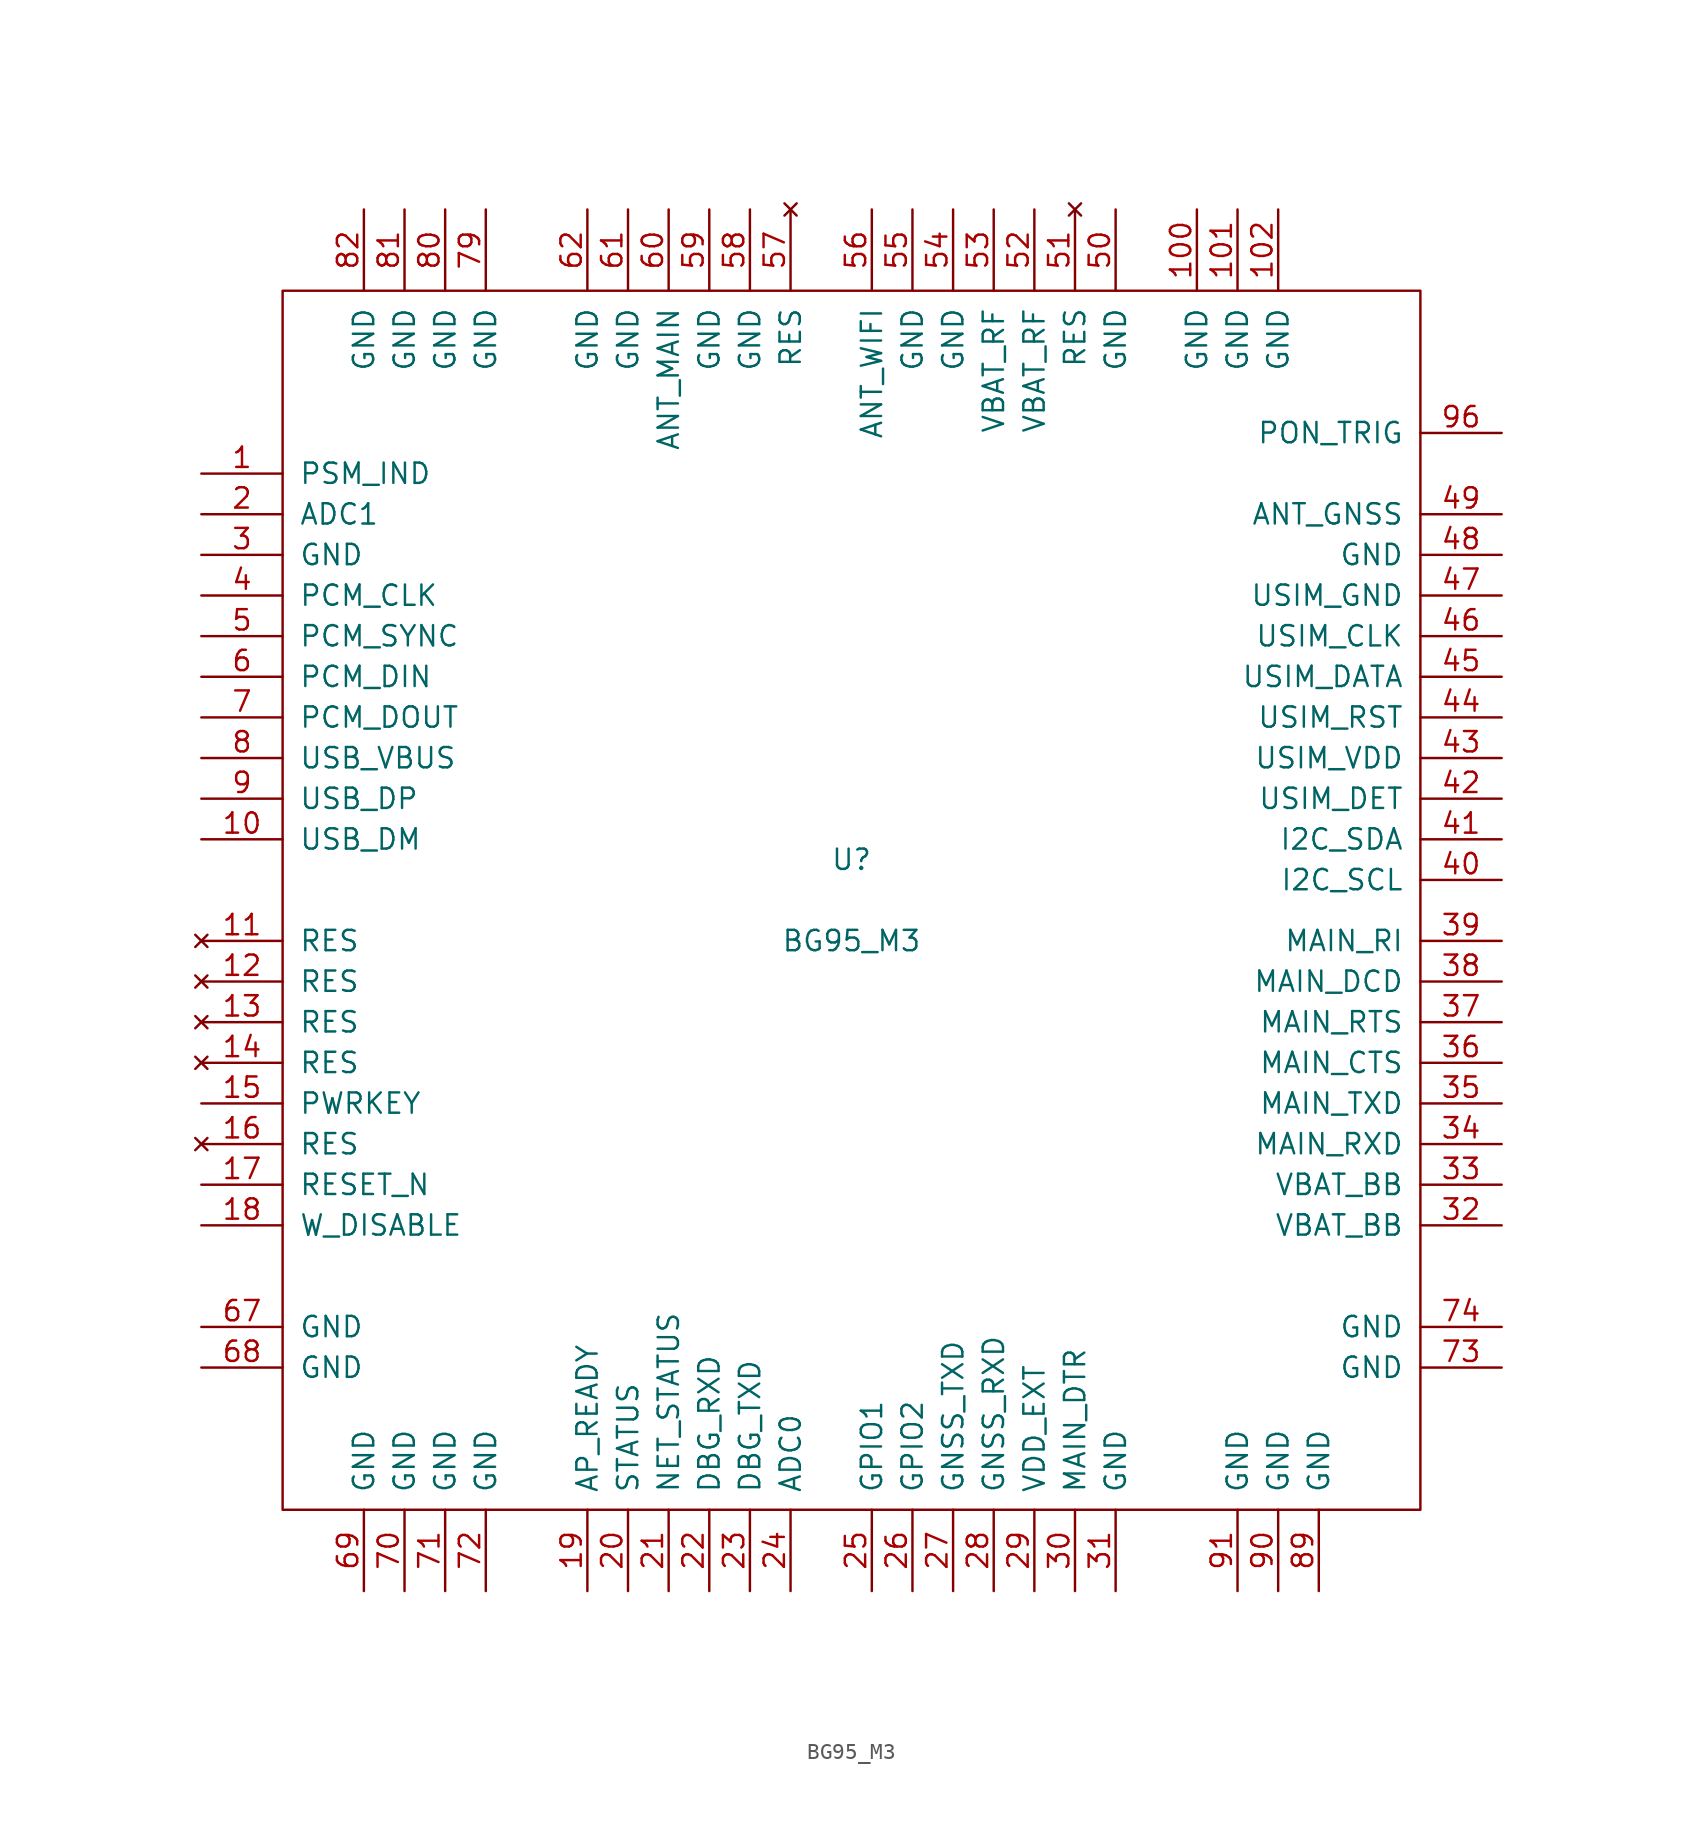
<source format=kicad_sym>
(kicad_symbol_lib
  (version 20211014)
  (generator kicad_symbol_editor)
  (symbol "BG95_M3"
    (pin_names
      (offset 1.016))
    (property "Reference" "U"
      (at 0 2.54 0)
      (effects (font (size 1.27 1.27))))
    (property "Value" "BG95_M3"
      (at 0 -2.54 0)
      (effects (font (size 1.27 1.27))))
    (symbol "BG95_M3_0_1"
      (rectangle (start -35.56 38.1) (end 35.56 -38.1) (stroke (width 0) (type default) (color 0 0 0 0)) (fill (type none))))
    (symbol "BG95_M3_1_1"
      (pin input line (at -40.64 26.67 0) (length 5.08) (name "PSM_IND" (effects (font (size 1.27 1.27)))) (number "1" (effects (font (size 1.27 1.27)))))
      (pin input line (at -40.64 3.81 0) (length 5.08) (name "USB_DM" (effects (font (size 1.27 1.27)))) (number "10" (effects (font (size 1.27 1.27)))))
      (pin input line (at 21.59 43.18 270) (length 5.08) (name "GND" (effects (font (size 1.27 1.27)))) (number "100" (effects (font (size 1.27 1.27)))))
      (pin input line (at 24.13 43.18 270) (length 5.08) (name "GND" (effects (font (size 1.27 1.27)))) (number "101" (effects (font (size 1.27 1.27)))))
      (pin input line (at 26.67 43.18 270) (length 5.08) (name "GND" (effects (font (size 1.27 1.27)))) (number "102" (effects (font (size 1.27 1.27)))))
      (pin no_connect line (at -40.64 -2.54 0) (length 5.08) (name "RES" (effects (font (size 1.27 1.27)))) (number "11" (effects (font (size 1.27 1.27)))))
      (pin no_connect line (at -40.64 -5.08 0) (length 5.08) (name "RES" (effects (font (size 1.27 1.27)))) (number "12" (effects (font (size 1.27 1.27)))))
      (pin no_connect line (at -40.64 -7.62 0) (length 5.08) (name "RES" (effects (font (size 1.27 1.27)))) (number "13" (effects (font (size 1.27 1.27)))))
      (pin no_connect line (at -40.64 -10.16 0) (length 5.08) (name "RES" (effects (font (size 1.27 1.27)))) (number "14" (effects (font (size 1.27 1.27)))))
      (pin input line (at -40.64 -12.7 0) (length 5.08) (name "PWRKEY" (effects (font (size 1.27 1.27)))) (number "15" (effects (font (size 1.27 1.27)))))
      (pin no_connect line (at -40.64 -15.24 0) (length 5.08) (name "RES" (effects (font (size 1.27 1.27)))) (number "16" (effects (font (size 1.27 1.27)))))
      (pin input line (at -40.64 -17.78 0) (length 5.08) (name "RESET_N" (effects (font (size 1.27 1.27)))) (number "17" (effects (font (size 1.27 1.27)))))
      (pin input line (at -40.64 -20.32 0) (length 5.08) (name "W_DISABLE" (effects (font (size 1.27 1.27)))) (number "18" (effects (font (size 1.27 1.27)))))
      (pin input line (at -16.51 -43.18 90) (length 5.08) (name "AP_READY" (effects (font (size 1.27 1.27)))) (number "19" (effects (font (size 1.27 1.27)))))
      (pin input line (at -40.64 24.13 0) (length 5.08) (name "ADC1" (effects (font (size 1.27 1.27)))) (number "2" (effects (font (size 1.27 1.27)))))
      (pin input line (at -13.97 -43.18 90) (length 5.08) (name "STATUS" (effects (font (size 1.27 1.27)))) (number "20" (effects (font (size 1.27 1.27)))))
      (pin input line (at -11.43 -43.18 90) (length 5.08) (name "NET_STATUS" (effects (font (size 1.27 1.27)))) (number "21" (effects (font (size 1.27 1.27)))))
      (pin input line (at -8.89 -43.18 90) (length 5.08) (name "DBG_RXD" (effects (font (size 1.27 1.27)))) (number "22" (effects (font (size 1.27 1.27)))))
      (pin output line (at -6.35 -43.18 90) (length 5.08) (name "DBG_TXD" (effects (font (size 1.27 1.27)))) (number "23" (effects (font (size 1.27 1.27)))))
      (pin input line (at -3.81 -43.18 90) (length 5.08) (name "ADC0" (effects (font (size 1.27 1.27)))) (number "24" (effects (font (size 1.27 1.27)))))
      (pin input line (at 1.27 -43.18 90) (length 5.08) (name "GPIO1" (effects (font (size 1.27 1.27)))) (number "25" (effects (font (size 1.27 1.27)))))
      (pin output line (at 3.81 -43.18 90) (length 5.08) (name "GPIO2" (effects (font (size 1.27 1.27)))) (number "26" (effects (font (size 1.27 1.27)))))
      (pin output line (at 6.35 -43.18 90) (length 5.08) (name "GNSS_TXD" (effects (font (size 1.27 1.27)))) (number "27" (effects (font (size 1.27 1.27)))))
      (pin input line (at 8.89 -43.18 90) (length 5.08) (name "GNSS_RXD" (effects (font (size 1.27 1.27)))) (number "28" (effects (font (size 1.27 1.27)))))
      (pin input line (at 11.43 -43.18 90) (length 5.08) (name "VDD_EXT" (effects (font (size 1.27 1.27)))) (number "29" (effects (font (size 1.27 1.27)))))
      (pin input line (at -40.64 21.59 0) (length 5.08) (name "GND" (effects (font (size 1.27 1.27)))) (number "3" (effects (font (size 1.27 1.27)))))
      (pin output line (at 13.97 -43.18 90) (length 5.08) (name "MAIN_DTR" (effects (font (size 1.27 1.27)))) (number "30" (effects (font (size 1.27 1.27)))))
      (pin input line (at 16.51 -43.18 90) (length 5.08) (name "GND" (effects (font (size 1.27 1.27)))) (number "31" (effects (font (size 1.27 1.27)))))
      (pin input line (at 40.64 -20.32 180) (length 5.08) (name "VBAT_BB" (effects (font (size 1.27 1.27)))) (number "32" (effects (font (size 1.27 1.27)))))
      (pin input line (at 40.64 -17.78 180) (length 5.08) (name "VBAT_BB" (effects (font (size 1.27 1.27)))) (number "33" (effects (font (size 1.27 1.27)))))
      (pin input line (at 40.64 -15.24 180) (length 5.08) (name "MAIN_RXD" (effects (font (size 1.27 1.27)))) (number "34" (effects (font (size 1.27 1.27)))))
      (pin input line (at 40.64 -12.7 180) (length 5.08) (name "MAIN_TXD" (effects (font (size 1.27 1.27)))) (number "35" (effects (font (size 1.27 1.27)))))
      (pin input line (at 40.64 -10.16 180) (length 5.08) (name "MAIN_CTS" (effects (font (size 1.27 1.27)))) (number "36" (effects (font (size 1.27 1.27)))))
      (pin input line (at 40.64 -7.62 180) (length 5.08) (name "MAIN_RTS" (effects (font (size 1.27 1.27)))) (number "37" (effects (font (size 1.27 1.27)))))
      (pin input line (at 40.64 -5.08 180) (length 5.08) (name "MAIN_DCD" (effects (font (size 1.27 1.27)))) (number "38" (effects (font (size 1.27 1.27)))))
      (pin input line (at 40.64 -2.54 180) (length 5.08) (name "MAIN_RI" (effects (font (size 1.27 1.27)))) (number "39" (effects (font (size 1.27 1.27)))))
      (pin input line (at -40.64 19.05 0) (length 5.08) (name "PCM_CLK" (effects (font (size 1.27 1.27)))) (number "4" (effects (font (size 1.27 1.27)))))
      (pin input line (at 40.64 1.27 180) (length 5.08) (name "I2C_SCL" (effects (font (size 1.27 1.27)))) (number "40" (effects (font (size 1.27 1.27)))))
      (pin input line (at 40.64 3.81 180) (length 5.08) (name "I2C_SDA" (effects (font (size 1.27 1.27)))) (number "41" (effects (font (size 1.27 1.27)))))
      (pin input line (at 40.64 6.35 180) (length 5.08) (name "USIM_DET" (effects (font (size 1.27 1.27)))) (number "42" (effects (font (size 1.27 1.27)))))
      (pin output line (at 40.64 8.89 180) (length 5.08) (name "USIM_VDD" (effects (font (size 1.27 1.27)))) (number "43" (effects (font (size 1.27 1.27)))))
      (pin output line (at 40.64 11.43 180) (length 5.08) (name "USIM_RST" (effects (font (size 1.27 1.27)))) (number "44" (effects (font (size 1.27 1.27)))))
      (pin bidirectional line (at 40.64 13.97 180) (length 5.08) (name "USIM_DATA" (effects (font (size 1.27 1.27)))) (number "45" (effects (font (size 1.27 1.27)))))
      (pin output line (at 40.64 16.51 180) (length 5.08) (name "USIM_CLK" (effects (font (size 1.27 1.27)))) (number "46" (effects (font (size 1.27 1.27)))))
      (pin input line (at 40.64 19.05 180) (length 5.08) (name "USIM_GND" (effects (font (size 1.27 1.27)))) (number "47" (effects (font (size 1.27 1.27)))))
      (pin input line (at 40.64 21.59 180) (length 5.08) (name "GND" (effects (font (size 1.27 1.27)))) (number "48" (effects (font (size 1.27 1.27)))))
      (pin input line (at 40.64 24.13 180) (length 5.08) (name "ANT_GNSS" (effects (font (size 1.27 1.27)))) (number "49" (effects (font (size 1.27 1.27)))))
      (pin input line (at -40.64 16.51 0) (length 5.08) (name "PCM_SYNC" (effects (font (size 1.27 1.27)))) (number "5" (effects (font (size 1.27 1.27)))))
      (pin input line (at 16.51 43.18 270) (length 5.08) (name "GND" (effects (font (size 1.27 1.27)))) (number "50" (effects (font (size 1.27 1.27)))))
      (pin no_connect line (at 13.97 43.18 270) (length 5.08) (name "RES" (effects (font (size 1.27 1.27)))) (number "51" (effects (font (size 1.27 1.27)))))
      (pin input line (at 11.43 43.18 270) (length 5.08) (name "VBAT_RF" (effects (font (size 1.27 1.27)))) (number "52" (effects (font (size 1.27 1.27)))))
      (pin input line (at 8.89 43.18 270) (length 5.08) (name "VBAT_RF" (effects (font (size 1.27 1.27)))) (number "53" (effects (font (size 1.27 1.27)))))
      (pin input line (at 6.35 43.18 270) (length 5.08) (name "GND" (effects (font (size 1.27 1.27)))) (number "54" (effects (font (size 1.27 1.27)))))
      (pin input line (at 3.81 43.18 270) (length 5.08) (name "GND" (effects (font (size 1.27 1.27)))) (number "55" (effects (font (size 1.27 1.27)))))
      (pin input line (at 1.27 43.18 270) (length 5.08) (name "ANT_WIFI" (effects (font (size 1.27 1.27)))) (number "56" (effects (font (size 1.27 1.27)))))
      (pin no_connect line (at -3.81 43.18 270) (length 5.08) (name "RES" (effects (font (size 1.27 1.27)))) (number "57" (effects (font (size 1.27 1.27)))))
      (pin input line (at -6.35 43.18 270) (length 5.08) (name "GND" (effects (font (size 1.27 1.27)))) (number "58" (effects (font (size 1.27 1.27)))))
      (pin input line (at -8.89 43.18 270) (length 5.08) (name "GND" (effects (font (size 1.27 1.27)))) (number "59" (effects (font (size 1.27 1.27)))))
      (pin input line (at -40.64 13.97 0) (length 5.08) (name "PCM_DIN" (effects (font (size 1.27 1.27)))) (number "6" (effects (font (size 1.27 1.27)))))
      (pin input line (at -11.43 43.18 270) (length 5.08) (name "ANT_MAIN" (effects (font (size 1.27 1.27)))) (number "60" (effects (font (size 1.27 1.27)))))
      (pin input line (at -13.97 43.18 270) (length 5.08) (name "GND" (effects (font (size 1.27 1.27)))) (number "61" (effects (font (size 1.27 1.27)))))
      (pin input line (at -16.51 43.18 270) (length 5.08) (name "GND" (effects (font (size 1.27 1.27)))) (number "62" (effects (font (size 1.27 1.27)))))
      (pin no_connect line (at -13.97 -19.05 0) (length 5.08) hide (name "RES" (effects (font (size 1.27 1.27)))) (number "63" (effects (font (size 1.27 1.27)))))
      (pin no_connect line (at -13.97 -21.59 0) (length 5.08) hide (name "GPIO3" (effects (font (size 1.27 1.27)))) (number "64" (effects (font (size 1.27 1.27)))))
      (pin no_connect line (at -13.97 -24.13 0) (length 5.08) hide (name "GPIO4" (effects (font (size 1.27 1.27)))) (number "65" (effects (font (size 1.27 1.27)))))
      (pin no_connect line (at -13.97 -26.67 0) (length 5.08) hide (name "GPIO5" (effects (font (size 1.27 1.27)))) (number "66" (effects (font (size 1.27 1.27)))))
      (pin input line (at -40.64 -26.67 0) (length 5.08) (name "GND" (effects (font (size 1.27 1.27)))) (number "67" (effects (font (size 1.27 1.27)))))
      (pin input line (at -40.64 -29.21 0) (length 5.08) (name "GND" (effects (font (size 1.27 1.27)))) (number "68" (effects (font (size 1.27 1.27)))))
      (pin input line (at -30.48 -43.18 90) (length 5.08) (name "GND" (effects (font (size 1.27 1.27)))) (number "69" (effects (font (size 1.27 1.27)))))
      (pin output line (at -40.64 11.43 0) (length 5.08) (name "PCM_DOUT" (effects (font (size 1.27 1.27)))) (number "7" (effects (font (size 1.27 1.27)))))
      (pin input line (at -27.94 -43.18 90) (length 5.08) (name "GND" (effects (font (size 1.27 1.27)))) (number "70" (effects (font (size 1.27 1.27)))))
      (pin input line (at -25.4 -43.18 90) (length 5.08) (name "GND" (effects (font (size 1.27 1.27)))) (number "71" (effects (font (size 1.27 1.27)))))
      (pin input line (at -22.86 -43.18 90) (length 5.08) (name "GND" (effects (font (size 1.27 1.27)))) (number "72" (effects (font (size 1.27 1.27)))))
      (pin input line (at 40.64 -29.21 180) (length 5.08) (name "GND" (effects (font (size 1.27 1.27)))) (number "73" (effects (font (size 1.27 1.27)))))
      (pin input line (at 40.64 -26.67 180) (length 5.08) (name "GND" (effects (font (size 1.27 1.27)))) (number "74" (effects (font (size 1.27 1.27)))))
      (pin no_connect line (at 12.7 1.27 180) (length 5.08) hide (name "USB_BOOT" (effects (font (size 1.27 1.27)))) (number "75" (effects (font (size 1.27 1.27)))))
      (pin no_connect line (at 12.7 3.81 180) (length 5.08) hide (name "RES" (effects (font (size 1.27 1.27)))) (number "76" (effects (font (size 1.27 1.27)))))
      (pin no_connect line (at 12.7 6.35 180) (length 5.08) hide (name "RES" (effects (font (size 1.27 1.27)))) (number "77" (effects (font (size 1.27 1.27)))))
      (pin no_connect line (at 12.7 8.89 180) (length 5.08) hide (name "RES" (effects (font (size 1.27 1.27)))) (number "78" (effects (font (size 1.27 1.27)))))
      (pin input line (at -22.86 43.18 270) (length 5.08) (name "GND" (effects (font (size 1.27 1.27)))) (number "79" (effects (font (size 1.27 1.27)))))
      (pin input line (at -40.64 8.89 0) (length 5.08) (name "USB_VBUS" (effects (font (size 1.27 1.27)))) (number "8" (effects (font (size 1.27 1.27)))))
      (pin input line (at -25.4 43.18 270) (length 5.08) (name "GND" (effects (font (size 1.27 1.27)))) (number "80" (effects (font (size 1.27 1.27)))))
      (pin input line (at -27.94 43.18 270) (length 5.08) (name "GND" (effects (font (size 1.27 1.27)))) (number "81" (effects (font (size 1.27 1.27)))))
      (pin input line (at -30.48 43.18 270) (length 5.08) (name "GND" (effects (font (size 1.27 1.27)))) (number "82" (effects (font (size 1.27 1.27)))))
      (pin no_connect line (at -13.97 -2.54 180) (length 5.08) hide (name "GRFC1" (effects (font (size 1.27 1.27)))) (number "83" (effects (font (size 1.27 1.27)))))
      (pin no_connect line (at -13.97 -5.08 180) (length 5.08) hide (name "GRFC2" (effects (font (size 1.27 1.27)))) (number "84" (effects (font (size 1.27 1.27)))))
      (pin no_connect line (at -13.97 -7.62 180) (length 5.08) hide (name "GPIO6" (effects (font (size 1.27 1.27)))) (number "85" (effects (font (size 1.27 1.27)))))
      (pin no_connect line (at -13.97 -10.16 180) (length 5.08) hide (name "GPIO7" (effects (font (size 1.27 1.27)))) (number "86" (effects (font (size 1.27 1.27)))))
      (pin no_connect line (at -13.97 -12.7 180) (length 5.08) hide (name "GPIO8" (effects (font (size 1.27 1.27)))) (number "87" (effects (font (size 1.27 1.27)))))
      (pin no_connect line (at -13.97 -15.24 180) (length 5.08) hide (name "GPIO9" (effects (font (size 1.27 1.27)))) (number "88" (effects (font (size 1.27 1.27)))))
      (pin input line (at 29.21 -43.18 90) (length 5.08) (name "GND" (effects (font (size 1.27 1.27)))) (number "89" (effects (font (size 1.27 1.27)))))
      (pin input line (at -40.64 6.35 0) (length 5.08) (name "USB_DP" (effects (font (size 1.27 1.27)))) (number "9" (effects (font (size 1.27 1.27)))))
      (pin input line (at 26.67 -43.18 90) (length 5.08) (name "GND" (effects (font (size 1.27 1.27)))) (number "90" (effects (font (size 1.27 1.27)))))
      (pin input line (at 24.13 -43.18 90) (length 5.08) (name "GND" (effects (font (size 1.27 1.27)))) (number "91" (effects (font (size 1.27 1.27)))))
      (pin no_connect line (at 13.97 -16.51 90) (length 5.08) hide (name "RES" (effects (font (size 1.27 1.27)))) (number "92" (effects (font (size 1.27 1.27)))))
      (pin no_connect line (at 13.97 12.7 0) (length 5.08) hide (name "RES" (effects (font (size 1.27 1.27)))) (number "93" (effects (font (size 1.27 1.27)))))
      (pin no_connect line (at 13.97 15.24 0) (length 5.08) hide (name "RES" (effects (font (size 1.27 1.27)))) (number "94" (effects (font (size 1.27 1.27)))))
      (pin no_connect line (at 13.97 17.78 0) (length 5.08) hide (name "RES" (effects (font (size 1.27 1.27)))) (number "95" (effects (font (size 1.27 1.27)))))
      (pin input line (at 40.64 29.21 180) (length 5.08) (name "PON_TRIG" (effects (font (size 1.27 1.27)))) (number "96" (effects (font (size 1.27 1.27)))))
      (pin no_connect line (at 13.97 22.86 0) (length 5.08) hide (name "RES" (effects (font (size 1.27 1.27)))) (number "97" (effects (font (size 1.27 1.27)))))
      (pin no_connect line (at 13.97 25.4 0) (length 5.08) hide (name "RES" (effects (font (size 1.27 1.27)))) (number "98" (effects (font (size 1.27 1.27)))))
      (pin no_connect line (at -13.97 15.24 90) (length 5.08) hide (name "RES" (effects (font (size 1.27 1.27)))) (number "99" (effects (font (size 1.27 1.27))))))))
</source>
